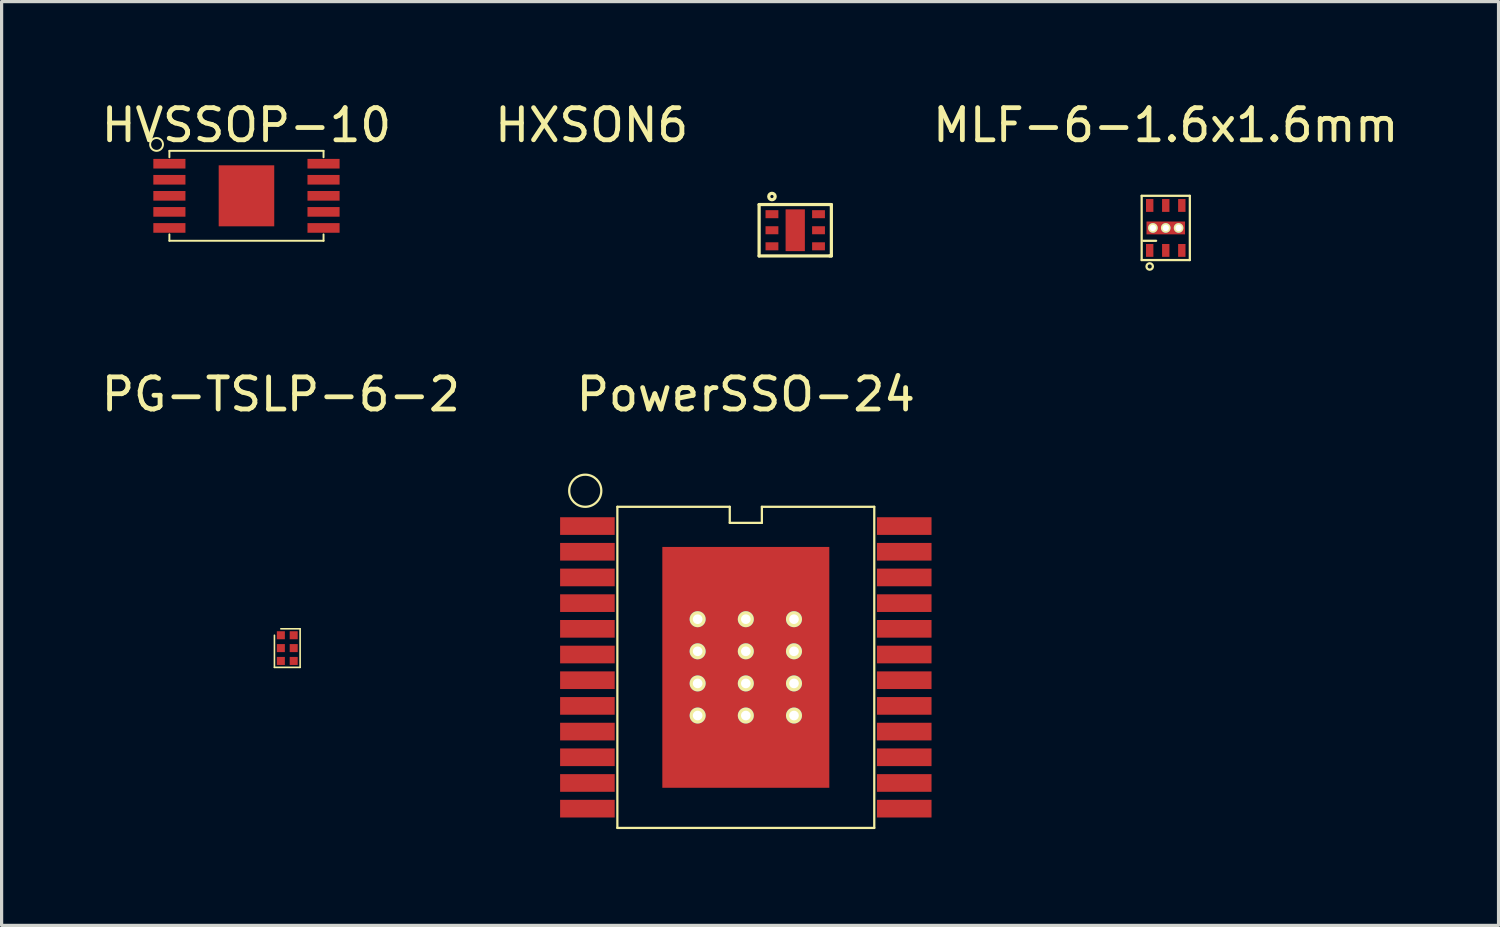
<source format=kicad_pcb>
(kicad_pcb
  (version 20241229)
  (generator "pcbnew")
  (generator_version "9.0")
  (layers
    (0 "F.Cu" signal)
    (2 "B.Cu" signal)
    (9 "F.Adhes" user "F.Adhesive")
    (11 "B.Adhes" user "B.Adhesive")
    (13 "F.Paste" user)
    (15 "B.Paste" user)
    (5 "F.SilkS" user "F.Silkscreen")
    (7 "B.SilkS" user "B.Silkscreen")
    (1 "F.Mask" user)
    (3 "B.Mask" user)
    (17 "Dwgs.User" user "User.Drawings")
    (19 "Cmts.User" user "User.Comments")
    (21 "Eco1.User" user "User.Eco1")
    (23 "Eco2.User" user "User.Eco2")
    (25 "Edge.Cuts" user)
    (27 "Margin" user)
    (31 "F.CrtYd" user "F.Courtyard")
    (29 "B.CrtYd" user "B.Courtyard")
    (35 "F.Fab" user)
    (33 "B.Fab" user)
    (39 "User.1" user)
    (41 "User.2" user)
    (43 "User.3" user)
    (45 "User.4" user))
  (footprint "MLF-6-1.6x1.6mm"
    (layer "F.Cu")
    (at 33.252 4.048)
    (property "Reference" "MLF-6-1.6x1.6mm" (at 0 -3.2 0) (layer "F.SilkS") (effects (font (size 1 1) (thickness 0.15))))
    (attr through_hole)
    (fp_line (start -0.75 -1) (end 0.75 -1) (stroke (width 0.07) (type solid)) (layer "F.SilkS"))
    (fp_line (start -0.75 1) (end -0.75 -1) (stroke (width 0.07) (type solid)) (layer "F.SilkS"))
    (fp_line (start -0.7 0.4) (end -0.3 0.4) (stroke (width 0.07) (type solid)) (layer "F.SilkS"))
    (fp_line (start 0.75 -1) (end 0.75 1) (stroke (width 0.07) (type solid)) (layer "F.SilkS"))
    (fp_line (start 0.75 1) (end -0.75 1) (stroke (width 0.07) (type solid)) (layer "F.SilkS"))
    (fp_circle (center -0.5 1.2) (end -0.4 1.2) (stroke (width 0.07) (type solid)) (fill no) (layer "F.SilkS"))
    (pad "1" smd rect (at -0.5 0.7) (size 0.23 0.4) (layers "F.Cu" "F.Mask" "F.Paste"))
    (pad "2" smd rect (at 0 0.7) (size 0.23 0.4) (layers "F.Cu" "F.Mask" "F.Paste"))
    (pad "3" smd rect (at 0.5 0.7) (size 0.23 0.4) (layers "F.Cu" "F.Mask" "F.Paste"))
    (pad "4" smd rect (at 0.5 -0.7) (size 0.23 0.4) (layers "F.Cu" "F.Mask" "F.Paste"))
    (pad "5" smd rect (at 0 -0.7) (size 0.23 0.4) (layers "F.Cu" "F.Mask" "F.Paste"))
    (pad "6" smd rect (at -0.5 -0.7) (size 0.23 0.4) (layers "F.Cu" "F.Mask" "F.Paste"))
    (pad "7" thru_hole circle (at -0.4 0) (size 0.3 0.3) (drill 0.2) (layers "*.Cu" "*.Mask" "F.SilkS"))
    (pad "7" thru_hole circle (at 0 0) (size 0.3 0.3) (drill 0.2) (layers "*.Cu" "*.Mask" "F.SilkS"))
    (pad "7" smd rect (at 0 0) (size 1.2 0.4) (layers "F.Cu" "F.Mask" "F.Paste"))
    (pad "7" thru_hole circle (at 0.4 0) (size 0.3 0.3) (drill 0.2) (layers "*.Cu" "*.Mask" "F.SilkS")))
  (footprint "PG-TSLP-6-2"
    (layer "F.Cu")
    (at 5.696 16.732)
    (property "Reference" "PG-TSLP-6-2" (at 0 -7.5 0) (layer "F.SilkS") (effects (font (size 1 1) (thickness 0.15))))
    (attr through_hole)
    (fp_line (start -0.2 1) (end -0.2 0) (stroke (width 0.05) (type solid)) (layer "F.SilkS"))
    (fp_line (start 0 -0.2) (end 0.6 -0.2) (stroke (width 0.05) (type solid)) (layer "F.SilkS"))
    (fp_line (start 0.6 -0.2) (end 0.6 1) (stroke (width 0.05) (type solid)) (layer "F.SilkS"))
    (fp_line (start 0.6 1) (end -0.2 1) (stroke (width 0.05) (type solid)) (layer "F.SilkS"))
    (pad "1" smd rect (at 0 0) (size 0.25 0.25) (layers "F.Cu" "F.Mask" "F.Paste"))
    (pad "2" smd rect (at 0 0.4) (size 0.25 0.25) (layers "F.Cu" "F.Mask" "F.Paste"))
    (pad "3" smd rect (at 0 0.8) (size 0.25 0.25) (layers "F.Cu" "F.Mask" "F.Paste"))
    (pad "4" smd rect (at 0.4 0.8) (size 0.25 0.25) (layers "F.Cu" "F.Mask" "F.Paste"))
    (pad "5" smd rect (at 0.4 0.4) (size 0.25 0.25) (layers "F.Cu" "F.Mask" "F.Paste"))
    (pad "6" smd rect (at 0.4 0) (size 0.25 0.25) (layers "F.Cu" "F.Mask" "F.Paste")))
  (footprint "HVSSOP-10"
    (layer "F.Cu")
    (at 2.225 2.048)
    (property "Reference" "HVSSOP-10" (at 2.4 -1.2 0) (layer "F.SilkS") (effects (font (size 1 1) (thickness 0.15))))
    (attr through_hole)
    (fp_line (start 0 -0.4) (end 0 -0.2) (stroke (width 0.06) (type solid)) (layer "F.SilkS"))
    (fp_line (start 0 2.2) (end 0 2.4) (stroke (width 0.06) (type solid)) (layer "F.SilkS"))
    (fp_line (start 0 2.4) (end 4.8 2.4) (stroke (width 0.06) (type solid)) (layer "F.SilkS"))
    (fp_line (start 4.8 -0.4) (end 0 -0.4) (stroke (width 0.06) (type solid)) (layer "F.SilkS"))
    (fp_line (start 4.8 -0.2) (end 4.8 -0.4) (stroke (width 0.06) (type solid)) (layer "F.SilkS"))
    (fp_line (start 4.8 2.4) (end 4.8 2.2) (stroke (width 0.06) (type solid)) (layer "F.SilkS"))
    (fp_circle (center -0.4 -0.6) (end -0.4 -0.4) (stroke (width 0.06) (type solid)) (fill no) (layer "F.SilkS"))
    (pad "1" smd rect (at 0 0) (size 1 0.3) (layers "F.Cu" "F.Mask" "F.Paste"))
    (pad "2" smd rect (at 0 0.5) (size 1 0.3) (layers "F.Cu" "F.Mask" "F.Paste"))
    (pad "3" smd rect (at 0 1) (size 1 0.3) (layers "F.Cu" "F.Mask" "F.Paste"))
    (pad "4" smd rect (at 0 1.5) (size 1 0.3) (layers "F.Cu" "F.Mask" "F.Paste"))
    (pad "5" smd rect (at 0 2) (size 1 0.3) (layers "F.Cu" "F.Mask" "F.Paste"))
    (pad "6" smd rect (at 4.8 2) (size 1 0.3) (layers "F.Cu" "F.Mask" "F.Paste"))
    (pad "7" smd rect (at 4.8 1.5) (size 1 0.3) (layers "F.Cu" "F.Mask" "F.Paste"))
    (pad "8" smd rect (at 4.8 1) (size 1 0.3) (layers "F.Cu" "F.Mask" "F.Paste"))
    (pad "9" smd rect (at 4.8 0.5) (size 1 0.3) (layers "F.Cu" "F.Mask" "F.Paste"))
    (pad "10" smd rect (at 4.8 0) (size 1 0.3) (layers "F.Cu" "F.Mask" "F.Paste"))
    (pad "11" smd rect (at 2.4 1) (size 1.73 1.9) (layers "F.Cu" "F.Mask" "F.Paste")))
  (footprint "PowerSSO-24"
    (layer "F.Cu")
    (at 20.175 17.732)
    (property "Reference" "PowerSSO-24" (at 0 -8.5 0) (layer "F.SilkS") (effects (font (size 1 1) (thickness 0.15))))
    (attr smd)
    (fp_line (start -4 -5) (end -0.5 -5) (stroke (width 0.07) (type solid)) (layer "F.SilkS"))
    (fp_line (start -4 5) (end -4 -5) (stroke (width 0.07) (type solid)) (layer "F.SilkS"))
    (fp_line (start -0.5 -5) (end -0.5 -4.5) (stroke (width 0.07) (type solid)) (layer "F.SilkS"))
    (fp_line (start -0.5 -4.5) (end 0.5 -4.5) (stroke (width 0.07) (type solid)) (layer "F.SilkS"))
    (fp_line (start 0.5 -5) (end 4 -5) (stroke (width 0.07) (type solid)) (layer "F.SilkS"))
    (fp_line (start 0.5 -4.5) (end 0.5 -5) (stroke (width 0.07) (type solid)) (layer "F.SilkS"))
    (fp_line (start 4 -5) (end 4 5) (stroke (width 0.07) (type solid)) (layer "F.SilkS"))
    (fp_line (start 4 5) (end -4 5) (stroke (width 0.07) (type solid)) (layer "F.SilkS"))
    (fp_circle (center -5 -5.5) (end -5 -5) (stroke (width 0.07) (type solid)) (fill no) (layer "F.SilkS"))
    (pad "1" smd rect (at -4.933 -4.4 270) (size 0.55 1.7) (layers "F.Cu" "F.Mask" "F.Paste"))
    (pad "2" smd rect (at -4.933 -3.6 270) (size 0.55 1.7) (layers "F.Cu" "F.Mask" "F.Paste"))
    (pad "3" smd rect (at -4.933 -2.8 270) (size 0.55 1.7) (layers "F.Cu" "F.Mask" "F.Paste"))
    (pad "4" smd rect (at -4.933 -2 270) (size 0.55 1.7) (layers "F.Cu" "F.Mask" "F.Paste"))
    (pad "5" smd rect (at -4.933 -1.2 270) (size 0.55 1.7) (layers "F.Cu" "F.Mask" "F.Paste"))
    (pad "6" smd rect (at -4.933 -0.4 270) (size 0.55 1.7) (layers "F.Cu" "F.Mask" "F.Paste"))
    (pad "7" smd rect (at -4.933 0.4 270) (size 0.55 1.7) (layers "F.Cu" "F.Mask" "F.Paste"))
    (pad "8" smd rect (at -4.933 1.2 270) (size 0.55 1.7) (layers "F.Cu" "F.Mask" "F.Paste"))
    (pad "9" smd rect (at -4.933 2 270) (size 0.55 1.7) (layers "F.Cu" "F.Mask" "F.Paste"))
    (pad "10" smd rect (at -4.933 2.8 270) (size 0.55 1.7) (layers "F.Cu" "F.Mask" "F.Paste"))
    (pad "11" smd rect (at -4.933 3.6 270) (size 0.55 1.7) (layers "F.Cu" "F.Mask" "F.Paste"))
    (pad "12" smd rect (at -4.933 4.4 270) (size 0.55 1.7) (layers "F.Cu" "F.Mask" "F.Paste"))
    (pad "13" smd rect (at 4.933 4.4 270) (size 0.55 1.7) (layers "F.Cu" "F.Mask" "F.Paste"))
    (pad "14" smd rect (at 4.933 3.6 270) (size 0.55 1.7) (layers "F.Cu" "F.Mask" "F.Paste"))
    (pad "15" smd rect (at 4.933 2.8 270) (size 0.55 1.7) (layers "F.Cu" "F.Mask" "F.Paste"))
    (pad "16" smd rect (at 4.933 2 270) (size 0.55 1.7) (layers "F.Cu" "F.Mask" "F.Paste"))
    (pad "17" smd rect (at 4.933 1.2 270) (size 0.55 1.7) (layers "F.Cu" "F.Mask" "F.Paste"))
    (pad "18" smd rect (at 4.933 0.4 270) (size 0.55 1.7) (layers "F.Cu" "F.Mask" "F.Paste"))
    (pad "19" smd rect (at 4.933 -0.4 270) (size 0.55 1.7) (layers "F.Cu" "F.Mask" "F.Paste"))
    (pad "20" smd rect (at 4.933 -1.2 270) (size 0.55 1.7) (layers "F.Cu" "F.Mask" "F.Paste"))
    (pad "21" smd rect (at 4.933 -2 270) (size 0.55 1.7) (layers "F.Cu" "F.Mask" "F.Paste"))
    (pad "22" smd rect (at 4.933 -2.8 270) (size 0.55 1.7) (layers "F.Cu" "F.Mask" "F.Paste"))
    (pad "23" smd rect (at 4.933 -3.6 270) (size 0.55 1.7) (layers "F.Cu" "F.Mask" "F.Paste"))
    (pad "24" smd rect (at 4.933 -4.4 270) (size 0.55 1.7) (layers "F.Cu" "F.Mask" "F.Paste"))
    (pad "PP" thru_hole circle (at -1.5 -1.5) (size 0.5 0.5) (drill 0.3) (layers "*.Cu" "*.Mask" "F.SilkS"))
    (pad "PP" thru_hole circle (at -1.5 -0.5) (size 0.5 0.5) (drill 0.3) (layers "*.Cu" "*.Mask" "F.SilkS"))
    (pad "PP" thru_hole circle (at -1.5 0.5) (size 0.5 0.5) (drill 0.3) (layers "*.Cu" "*.Mask" "F.SilkS"))
    (pad "PP" thru_hole circle (at -1.5 1.5) (size 0.5 0.5) (drill 0.3) (layers "*.Cu" "*.Mask" "F.SilkS"))
    (pad "PP" thru_hole circle (at 0 -1.5) (size 0.5 0.5) (drill 0.3) (layers "*.Cu" "*.Mask" "F.SilkS"))
    (pad "PP" thru_hole circle (at 0 -0.5) (size 0.5 0.5) (drill 0.3) (layers "*.Cu" "*.Mask" "F.SilkS"))
    (pad "PP" smd rect (at 0 0) (size 5.2 7.5) (layers "F.Cu" "F.Mask" "F.Paste"))
    (pad "PP" thru_hole circle (at 0 0.5) (size 0.5 0.5) (drill 0.3) (layers "*.Cu" "*.Mask" "F.SilkS"))
    (pad "PP" thru_hole circle (at 0 1.5) (size 0.5 0.5) (drill 0.3) (layers "*.Cu" "*.Mask" "F.SilkS"))
    (pad "PP" thru_hole circle (at 1.5 -1.5) (size 0.5 0.5) (drill 0.3) (layers "*.Cu" "*.Mask" "F.SilkS"))
    (pad "PP" thru_hole circle (at 1.5 -0.5) (size 0.5 0.5) (drill 0.3) (layers "*.Cu" "*.Mask" "F.SilkS"))
    (pad "PP" thru_hole circle (at 1.5 0.5) (size 0.5 0.5) (drill 0.3) (layers "*.Cu" "*.Mask" "F.SilkS"))
    (pad "PP" thru_hole circle (at 1.5 1.5) (size 0.5 0.5) (drill 0.3) (layers "*.Cu" "*.Mask" "F.SilkS")))
  (footprint "HXSON6"
    (layer "F.Cu")
    (at 21.675 4.148)
    (property "Reference" "HXSON6" (at -6.3 -3.3 0) (layer "F.SilkS") (effects (font (size 1 1) (thickness 0.15))))
    (attr through_hole)
    (fp_line (start -1.086 -0.828) (end -1.086 0.772) (stroke (width 0.1) (type solid)) (layer "F.SilkS"))
    (fp_line (start -1.086 0.772) (end 1.114 0.772) (stroke (width 0.1) (type solid)) (layer "F.SilkS"))
    (fp_line (start 1.114 -0.828) (end -1.086 -0.828) (stroke (width 0.1) (type solid)) (layer "F.SilkS"))
    (fp_line (start 1.114 -0.828) (end 1.164 -0.828) (stroke (width 0.1) (type solid)) (layer "F.SilkS"))
    (fp_line (start 1.164 -0.828) (end 1.164 0.772) (stroke (width 0.1) (type solid)) (layer "F.SilkS"))
    (fp_line (start 1.164 0.772) (end 1.114 0.772) (stroke (width 0.1) (type solid)) (layer "F.SilkS"))
    (fp_circle (center -0.686 -1.078) (end -0.786 -1.078) (stroke (width 0.1) (type solid)) (fill no) (layer "F.SilkS"))
    (pad "1" smd rect (at -0.686 -0.528 270) (size 0.25 0.4) (layers "F.Cu" "F.Mask" "F.Paste"))
    (pad "2" smd rect (at -0.686 -0.028 270) (size 0.25 0.4) (layers "F.Cu" "F.Mask" "F.Paste"))
    (pad "3" smd rect (at -0.686 0.472 270) (size 0.25 0.4) (layers "F.Cu" "F.Mask" "F.Paste"))
    (pad "4" smd rect (at 0.764 0.472 270) (size 0.25 0.4) (layers "F.Cu" "F.Mask" "F.Paste"))
    (pad "5" smd rect (at 0.764 -0.028 270) (size 0.25 0.4) (layers "F.Cu" "F.Mask" "F.Paste"))
    (pad "6" smd rect (at 0.764 -0.528 270) (size 0.25 0.4) (layers "F.Cu" "F.Mask" "F.Paste"))
    (pad "7" smd rect (at 0.039 -0.028 270) (size 1.3 0.6) (layers "F.Cu" "F.Mask" "F.Paste")))
  (gr_rect
    (start -3 -3)
    (end 43.615 25.767)
    (stroke (width 0.1) (type default))
    (fill no)
    (layer "Edge.Cuts")))
</source>
